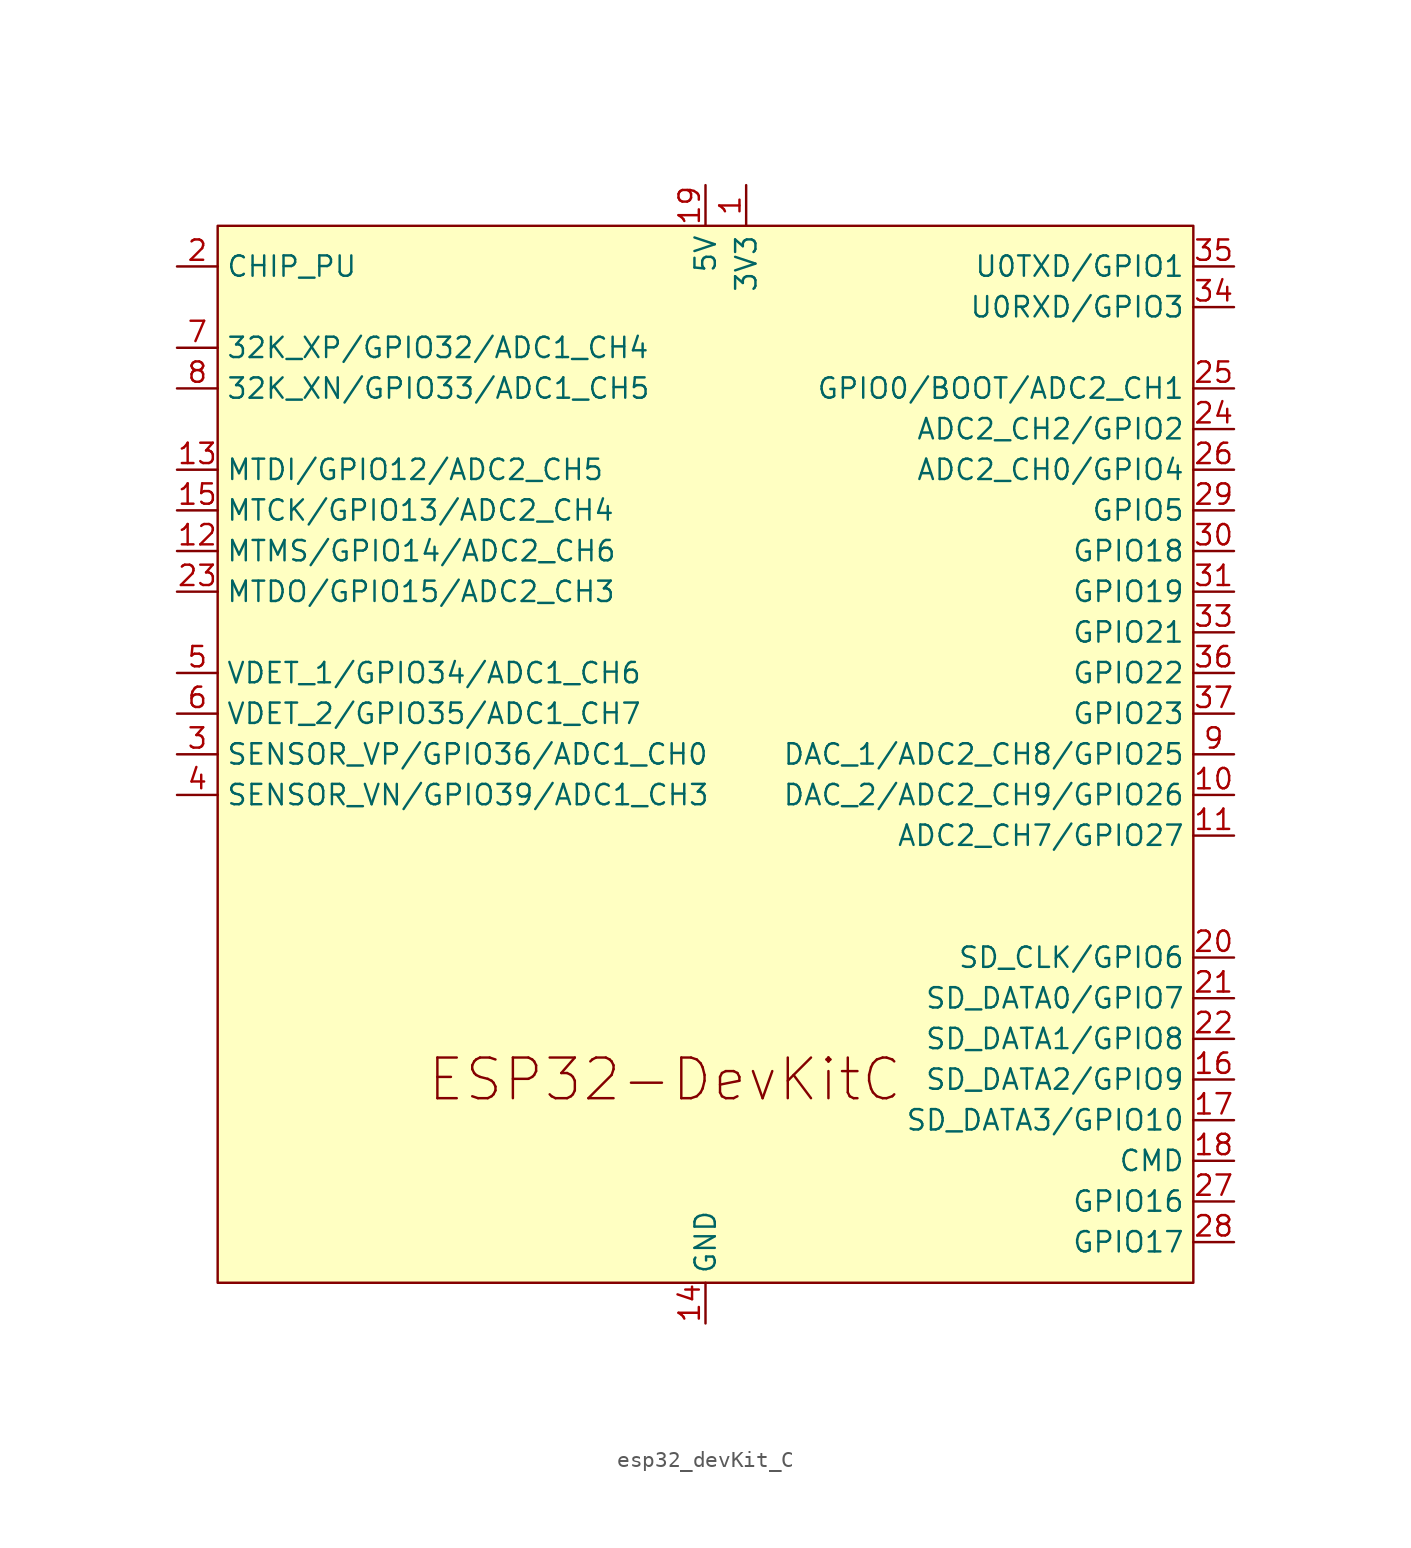
<source format=kicad_sym>
(kicad_symbol_lib
  (version 20241209)
  (generator "kicad_symbol_editor")
  (generator_version "9.0")
  (symbol "esp32_devKit_C"
    (property "Reference" "U"
      (at 0 0 0)
      (effects (font (size 1.27 1.27)) (hide yes)))
    (property "Value" ""
      (at 0 0 0)
      (effects (font (size 1.27 1.27))))
    (symbol "esp32_devKit_C_0_0"
      (text "ESP32-DevKitC" (at -3.81 -20.32 0) (effects (font (size 2.54 2.54))))
      (pin power_in line (at -1.27 35.56 270) (length 2.54) (name "5V" (effects (font (size 1.27 1.27)))) (number "19" (effects (font (size 1.27 1.27)))))
      (pin power_in line (at -1.27 -35.56 90) (length 2.54) (name "GND" (effects (font (size 1.27 1.27)))) (number "14" (effects (font (size 1.27 1.27))))))
    (symbol "esp32_devKit_C_0_1"
      (rectangle (start -31.75 33.02) (end 29.21 -33.02) (stroke (width 0) (type default)) (fill (type background))))
    (symbol "esp32_devKit_C_1_1"
      (pin input line (at -34.29 30.48 0) (length 2.54) (name "CHIP_PU" (effects (font (size 1.27 1.27)))) (number "2" (effects (font (size 1.27 1.27)))))
      (pin bidirectional line (at -34.29 25.4 0) (length 2.54) (name "32K_XP/GPIO32/ADC1_CH4" (effects (font (size 1.27 1.27)))) (number "7" (effects (font (size 1.27 1.27)))))
      (pin bidirectional line (at -34.29 22.86 0) (length 2.54) (name "32K_XN/GPIO33/ADC1_CH5" (effects (font (size 1.27 1.27)))) (number "8" (effects (font (size 1.27 1.27)))))
      (pin bidirectional line (at -34.29 17.78 0) (length 2.54) (name "MTDI/GPIO12/ADC2_CH5" (effects (font (size 1.27 1.27)))) (number "13" (effects (font (size 1.27 1.27)))))
      (pin bidirectional line (at -34.29 15.24 0) (length 2.54) (name "MTCK/GPIO13/ADC2_CH4" (effects (font (size 1.27 1.27)))) (number "15" (effects (font (size 1.27 1.27)))))
      (pin bidirectional line (at -34.29 12.7 0) (length 2.54) (name "MTMS/GPIO14/ADC2_CH6" (effects (font (size 1.27 1.27)))) (number "12" (effects (font (size 1.27 1.27)))))
      (pin bidirectional line (at -34.29 10.16 0) (length 2.54) (name "MTDO/GPIO15/ADC2_CH3" (effects (font (size 1.27 1.27)))) (number "23" (effects (font (size 1.27 1.27)))))
      (pin input line (at -34.29 5.08 0) (length 2.54) (name "VDET_1/GPIO34/ADC1_CH6" (effects (font (size 1.27 1.27)))) (number "5" (effects (font (size 1.27 1.27)))))
      (pin input line (at -34.29 2.54 0) (length 2.54) (name "VDET_2/GPIO35/ADC1_CH7" (effects (font (size 1.27 1.27)))) (number "6" (effects (font (size 1.27 1.27)))))
      (pin input line (at -34.29 0 0) (length 2.54) (name "SENSOR_VP/GPIO36/ADC1_CH0" (effects (font (size 1.27 1.27)))) (number "3" (effects (font (size 1.27 1.27)))))
      (pin input line (at -34.29 -2.54 0) (length 2.54) (name "SENSOR_VN/GPIO39/ADC1_CH3" (effects (font (size 1.27 1.27)))) (number "4" (effects (font (size 1.27 1.27)))))
      (pin passive line (at -1.27 -35.56 90) (length 2.54) (hide yes) (name "GND" (effects (font (size 1.27 1.27)))) (number "32" (effects (font (size 1.27 1.27)))))
      (pin passive line (at -1.27 -35.56 90) (length 2.54) (hide yes) (name "GND" (effects (font (size 1.27 1.27)))) (number "38" (effects (font (size 1.27 1.27)))))
      (pin power_in line (at 1.27 35.56 270) (length 2.54) (name "3V3" (effects (font (size 1.27 1.27)))) (number "1" (effects (font (size 1.27 1.27)))))
      (pin bidirectional line (at 31.75 30.48 180) (length 2.54) (name "U0TXD/GPIO1" (effects (font (size 1.27 1.27)))) (number "35" (effects (font (size 1.27 1.27)))))
      (pin bidirectional line (at 31.75 27.94 180) (length 2.54) (name "U0RXD/GPIO3" (effects (font (size 1.27 1.27)))) (number "34" (effects (font (size 1.27 1.27)))))
      (pin bidirectional line (at 31.75 22.86 180) (length 2.54) (name "GPIO0/BOOT/ADC2_CH1" (effects (font (size 1.27 1.27)))) (number "25" (effects (font (size 1.27 1.27)))))
      (pin bidirectional line (at 31.75 20.32 180) (length 2.54) (name "ADC2_CH2/GPIO2" (effects (font (size 1.27 1.27)))) (number "24" (effects (font (size 1.27 1.27)))))
      (pin bidirectional line (at 31.75 17.78 180) (length 2.54) (name "ADC2_CH0/GPIO4" (effects (font (size 1.27 1.27)))) (number "26" (effects (font (size 1.27 1.27)))))
      (pin bidirectional line (at 31.75 15.24 180) (length 2.54) (name "GPIO5" (effects (font (size 1.27 1.27)))) (number "29" (effects (font (size 1.27 1.27)))))
      (pin bidirectional line (at 31.75 12.7 180) (length 2.54) (name "GPIO18" (effects (font (size 1.27 1.27)))) (number "30" (effects (font (size 1.27 1.27)))))
      (pin bidirectional line (at 31.75 10.16 180) (length 2.54) (name "GPIO19" (effects (font (size 1.27 1.27)))) (number "31" (effects (font (size 1.27 1.27)))))
      (pin bidirectional line (at 31.75 7.62 180) (length 2.54) (name "GPIO21" (effects (font (size 1.27 1.27)))) (number "33" (effects (font (size 1.27 1.27)))))
      (pin bidirectional line (at 31.75 5.08 180) (length 2.54) (name "GPIO22" (effects (font (size 1.27 1.27)))) (number "36" (effects (font (size 1.27 1.27)))))
      (pin bidirectional line (at 31.75 2.54 180) (length 2.54) (name "GPIO23" (effects (font (size 1.27 1.27)))) (number "37" (effects (font (size 1.27 1.27)))))
      (pin bidirectional line (at 31.75 0 180) (length 2.54) (name "DAC_1/ADC2_CH8/GPIO25" (effects (font (size 1.27 1.27)))) (number "9" (effects (font (size 1.27 1.27)))))
      (pin bidirectional line (at 31.75 -2.54 180) (length 2.54) (name "DAC_2/ADC2_CH9/GPIO26" (effects (font (size 1.27 1.27)))) (number "10" (effects (font (size 1.27 1.27)))))
      (pin bidirectional line (at 31.75 -5.08 180) (length 2.54) (name "ADC2_CH7/GPIO27" (effects (font (size 1.27 1.27)))) (number "11" (effects (font (size 1.27 1.27)))))
      (pin bidirectional line (at 31.75 -12.7 180) (length 2.54) (name "SD_CLK/GPIO6" (effects (font (size 1.27 1.27)))) (number "20" (effects (font (size 1.27 1.27)))))
      (pin bidirectional line (at 31.75 -15.24 180) (length 2.54) (name "SD_DATA0/GPIO7" (effects (font (size 1.27 1.27)))) (number "21" (effects (font (size 1.27 1.27)))))
      (pin bidirectional line (at 31.75 -17.78 180) (length 2.54) (name "SD_DATA1/GPIO8" (effects (font (size 1.27 1.27)))) (number "22" (effects (font (size 1.27 1.27)))))
      (pin bidirectional line (at 31.75 -20.32 180) (length 2.54) (name "SD_DATA2/GPIO9" (effects (font (size 1.27 1.27)))) (number "16" (effects (font (size 1.27 1.27)))))
      (pin bidirectional line (at 31.75 -22.86 180) (length 2.54) (name "SD_DATA3/GPIO10" (effects (font (size 1.27 1.27)))) (number "17" (effects (font (size 1.27 1.27)))))
      (pin bidirectional line (at 31.75 -25.4 180) (length 2.54) (name "CMD" (effects (font (size 1.27 1.27)))) (number "18" (effects (font (size 1.27 1.27)))))
      (pin bidirectional line (at 31.75 -27.94 180) (length 2.54) (name "GPIO16" (effects (font (size 1.27 1.27)))) (number "27" (effects (font (size 1.27 1.27)))))
      (pin bidirectional line (at 31.75 -30.48 180) (length 2.54) (name "GPIO17" (effects (font (size 1.27 1.27)))) (number "28" (effects (font (size 1.27 1.27))))))))
</source>
